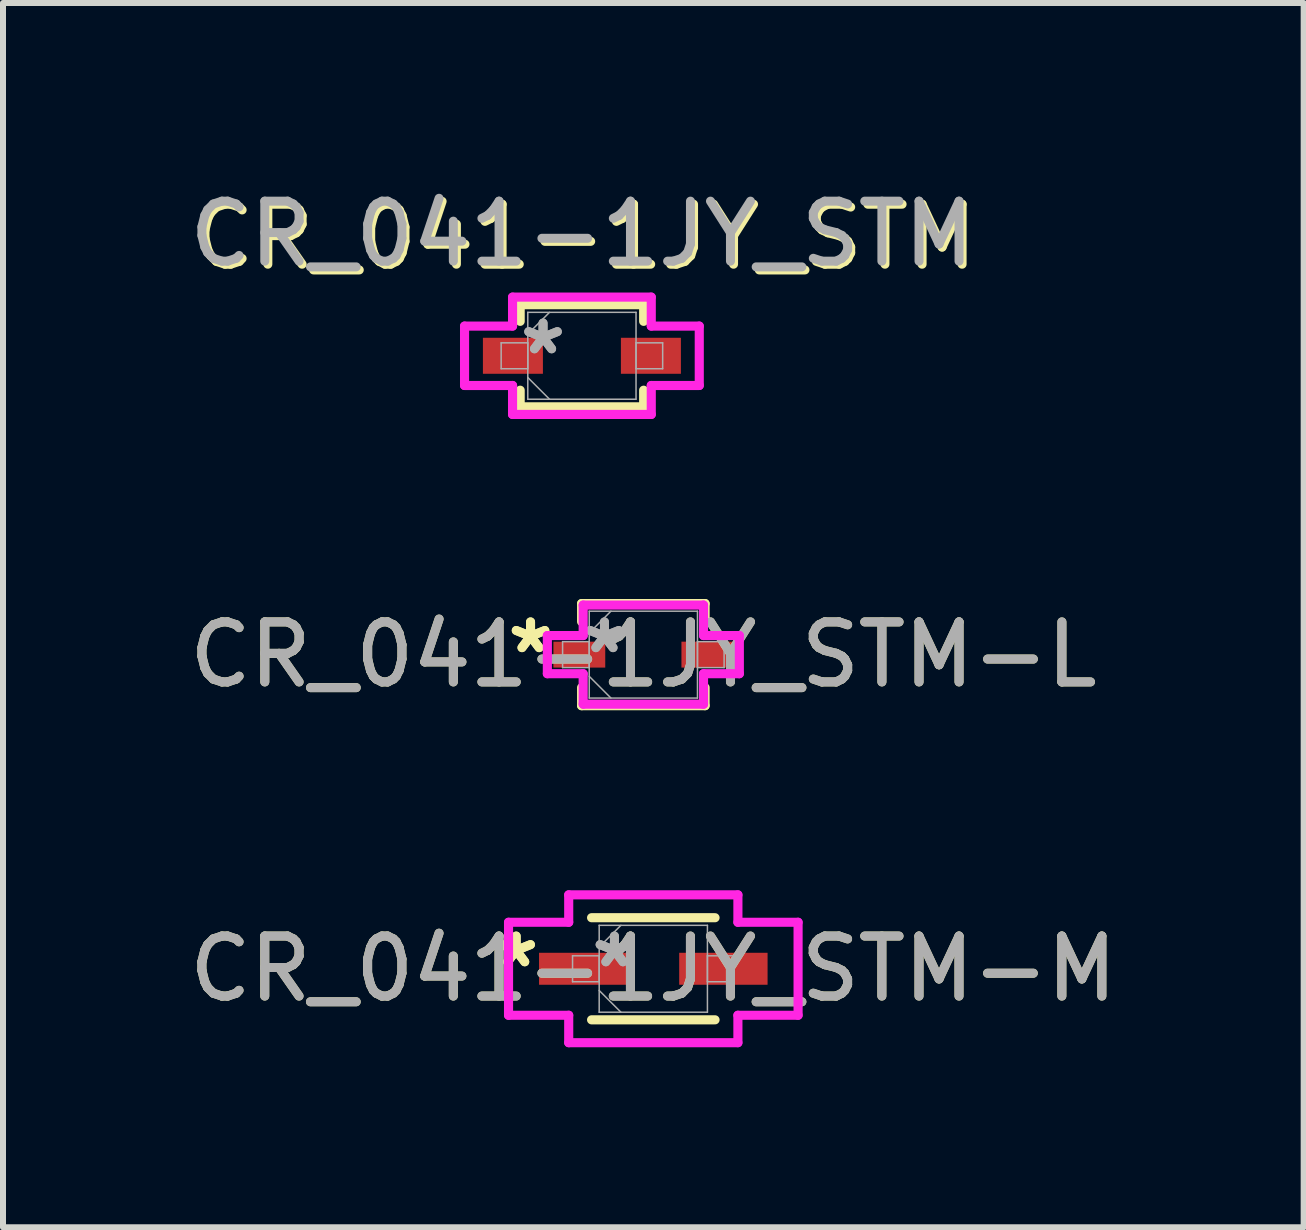
<source format=kicad_pcb>
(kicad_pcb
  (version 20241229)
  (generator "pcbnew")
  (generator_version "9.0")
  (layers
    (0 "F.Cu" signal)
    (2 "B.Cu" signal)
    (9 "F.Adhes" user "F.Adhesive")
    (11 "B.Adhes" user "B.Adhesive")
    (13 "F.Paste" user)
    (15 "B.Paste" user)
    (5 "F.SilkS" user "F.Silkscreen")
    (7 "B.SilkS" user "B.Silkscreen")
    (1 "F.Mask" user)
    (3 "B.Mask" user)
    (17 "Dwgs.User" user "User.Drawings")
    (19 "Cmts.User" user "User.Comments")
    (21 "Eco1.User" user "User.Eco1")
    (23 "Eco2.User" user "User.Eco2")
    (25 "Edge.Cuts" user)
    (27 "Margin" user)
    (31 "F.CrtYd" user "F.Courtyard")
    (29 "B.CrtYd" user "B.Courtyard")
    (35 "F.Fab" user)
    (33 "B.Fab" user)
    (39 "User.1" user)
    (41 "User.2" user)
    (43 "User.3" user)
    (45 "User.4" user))
  (footprint "CR_041-1JY_STM"
    (layer "F.Cu")
    (at 6.649 2.88)
    (property "Reference" "CR_041-1JY_STM" (at 0.051 -1.981 0) (unlocked yes) (layer "F.SilkS") (effects (font (size 1 1) (thickness 0.15))))
    (attr smd)
    (fp_line (start -1.029 -0.851) (end -1.029 -0.574) (stroke (width 0.152) (type solid)) (layer "F.SilkS"))
    (fp_line (start -1.029 0.574) (end -1.029 0.851) (stroke (width 0.152) (type solid)) (layer "F.SilkS"))
    (fp_line (start -1.029 0.851) (end 1.029 0.851) (stroke (width 0.152) (type solid)) (layer "F.SilkS"))
    (fp_line (start 1.029 -0.851) (end -1.029 -0.851) (stroke (width 0.152) (type solid)) (layer "F.SilkS"))
    (fp_line (start 1.029 -0.574) (end 1.029 -0.851) (stroke (width 0.152) (type solid)) (layer "F.SilkS"))
    (fp_line (start 1.029 0.851) (end 1.029 0.574) (stroke (width 0.152) (type solid)) (layer "F.SilkS"))
    (fp_line (start -1.956 -0.495) (end -1.156 -0.495) (stroke (width 0.152) (type solid)) (layer "F.CrtYd"))
    (fp_line (start -1.956 0.495) (end -1.956 -0.495) (stroke (width 0.152) (type solid)) (layer "F.CrtYd"))
    (fp_line (start -1.156 -0.978) (end 1.156 -0.978) (stroke (width 0.152) (type solid)) (layer "F.CrtYd"))
    (fp_line (start -1.156 -0.495) (end -1.156 -0.978) (stroke (width 0.152) (type solid)) (layer "F.CrtYd"))
    (fp_line (start -1.156 0.495) (end -1.956 0.495) (stroke (width 0.152) (type solid)) (layer "F.CrtYd"))
    (fp_line (start -1.156 0.978) (end -1.156 0.495) (stroke (width 0.152) (type solid)) (layer "F.CrtYd"))
    (fp_line (start 1.156 -0.978) (end 1.156 -0.495) (stroke (width 0.152) (type solid)) (layer "F.CrtYd"))
    (fp_line (start 1.156 -0.495) (end 1.956 -0.495) (stroke (width 0.152) (type solid)) (layer "F.CrtYd"))
    (fp_line (start 1.156 0.495) (end 1.156 0.978) (stroke (width 0.152) (type solid)) (layer "F.CrtYd"))
    (fp_line (start 1.156 0.978) (end -1.156 0.978) (stroke (width 0.152) (type solid)) (layer "F.CrtYd"))
    (fp_line (start 1.956 -0.495) (end 1.956 0.495) (stroke (width 0.152) (type solid)) (layer "F.CrtYd"))
    (fp_line (start 1.956 0.495) (end 1.156 0.495) (stroke (width 0.152) (type solid)) (layer "F.CrtYd"))
    (fp_line (start -1.346 -0.216) (end -1.346 0.216) (stroke (width 0.025) (type solid)) (layer "F.Fab"))
    (fp_line (start -1.346 0.216) (end -0.902 0.216) (stroke (width 0.025) (type solid)) (layer "F.Fab"))
    (fp_line (start -0.902 -0.724) (end -0.902 0.724) (stroke (width 0.025) (type solid)) (layer "F.Fab"))
    (fp_line (start -0.902 -0.362) (end -0.54 -0.724) (stroke (width 0.025) (type solid)) (layer "F.Fab"))
    (fp_line (start -0.902 -0.216) (end -1.346 -0.216) (stroke (width 0.025) (type solid)) (layer "F.Fab"))
    (fp_line (start -0.902 0.216) (end -0.902 -0.216) (stroke (width 0.025) (type solid)) (layer "F.Fab"))
    (fp_line (start -0.902 0.362) (end -0.54 0.724) (stroke (width 0.025) (type solid)) (layer "F.Fab"))
    (fp_line (start -0.902 0.724) (end 0.902 0.724) (stroke (width 0.025) (type solid)) (layer "F.Fab"))
    (fp_line (start 0.902 -0.724) (end -0.902 -0.724) (stroke (width 0.025) (type solid)) (layer "F.Fab"))
    (fp_line (start 0.902 -0.216) (end 0.902 0.216) (stroke (width 0.025) (type solid)) (layer "F.Fab"))
    (fp_line (start 0.902 0.216) (end 1.346 0.216) (stroke (width 0.025) (type solid)) (layer "F.Fab"))
    (fp_line (start 0.902 0.724) (end 0.902 -0.724) (stroke (width 0.025) (type solid)) (layer "F.Fab"))
    (fp_line (start 1.346 -0.216) (end 0.902 -0.216) (stroke (width 0.025) (type solid)) (layer "F.Fab"))
    (fp_line (start 1.346 0.216) (end 1.346 -0.216) (stroke (width 0.025) (type solid)) (layer "F.Fab"))
    (fp_text user "${REFERENCE}" (at 0 -2.032 0) (unlocked yes) (layer "F.Fab") (effects (font (size 1 1) (thickness 0.15))))
    (fp_text user "*" (at -0.648 0 0) (layer "F.Fab") (effects (font (size 1 1) (thickness 0.15))))
    (fp_text user "*" (at -0.648 0 0) (unlocked yes) (layer "F.Fab") (effects (font (size 1 1) (thickness 0.15))))
    (pad "1" smd rect (at -1.15 0) (size 1 0.6) (layers "F.Cu" "F.Mask" "F.Paste"))
    (pad "2" smd rect (at 1.15 0) (size 1 0.6) (layers "F.Cu" "F.Mask" "F.Paste")))
  (footprint "CR_041-1JY_STM-L"
    (layer "F.Cu")
    (at 7.673 7.861)
    (property "Reference" "CR_041-1JY_STM-L" (at 0 0 0) (unlocked yes) (layer "F.SilkS") (effects (font (size 1 1) (thickness 0.15))))
    (attr smd)
    (fp_line (start -1.029 -0.851) (end -1.029 -0.549) (stroke (width 0.152) (type solid)) (layer "F.SilkS"))
    (fp_line (start -1.029 0.549) (end -1.029 0.851) (stroke (width 0.152) (type solid)) (layer "F.SilkS"))
    (fp_line (start -1.029 0.851) (end 1.029 0.851) (stroke (width 0.152) (type solid)) (layer "F.SilkS"))
    (fp_line (start 1.029 -0.851) (end -1.029 -0.851) (stroke (width 0.152) (type solid)) (layer "F.SilkS"))
    (fp_line (start 1.029 -0.549) (end 1.029 -0.851) (stroke (width 0.152) (type solid)) (layer "F.SilkS"))
    (fp_line (start 1.029 0.851) (end 1.029 0.549) (stroke (width 0.152) (type solid)) (layer "F.SilkS"))
    (fp_line (start -1.6 -0.318) (end -1.003 -0.318) (stroke (width 0.152) (type solid)) (layer "F.CrtYd"))
    (fp_line (start -1.6 0.318) (end -1.6 -0.318) (stroke (width 0.152) (type solid)) (layer "F.CrtYd"))
    (fp_line (start -1.003 -0.826) (end 1.003 -0.826) (stroke (width 0.152) (type solid)) (layer "F.CrtYd"))
    (fp_line (start -1.003 -0.318) (end -1.003 -0.826) (stroke (width 0.152) (type solid)) (layer "F.CrtYd"))
    (fp_line (start -1.003 0.318) (end -1.6 0.318) (stroke (width 0.152) (type solid)) (layer "F.CrtYd"))
    (fp_line (start -1.003 0.826) (end -1.003 0.318) (stroke (width 0.152) (type solid)) (layer "F.CrtYd"))
    (fp_line (start 1.003 -0.826) (end 1.003 -0.318) (stroke (width 0.152) (type solid)) (layer "F.CrtYd"))
    (fp_line (start 1.003 -0.318) (end 1.6 -0.318) (stroke (width 0.152) (type solid)) (layer "F.CrtYd"))
    (fp_line (start 1.003 0.318) (end 1.003 0.826) (stroke (width 0.152) (type solid)) (layer "F.CrtYd"))
    (fp_line (start 1.003 0.826) (end -1.003 0.826) (stroke (width 0.152) (type solid)) (layer "F.CrtYd"))
    (fp_line (start 1.6 -0.318) (end 1.6 0.318) (stroke (width 0.152) (type solid)) (layer "F.CrtYd"))
    (fp_line (start 1.6 0.318) (end 1.003 0.318) (stroke (width 0.152) (type solid)) (layer "F.CrtYd"))
    (fp_line (start -1.346 -0.216) (end -1.346 0.216) (stroke (width 0.025) (type solid)) (layer "F.Fab"))
    (fp_line (start -1.346 0.216) (end -0.902 0.216) (stroke (width 0.025) (type solid)) (layer "F.Fab"))
    (fp_line (start -0.902 -0.724) (end -0.902 0.724) (stroke (width 0.025) (type solid)) (layer "F.Fab"))
    (fp_line (start -0.902 -0.362) (end -0.54 -0.724) (stroke (width 0.025) (type solid)) (layer "F.Fab"))
    (fp_line (start -0.902 -0.216) (end -1.346 -0.216) (stroke (width 0.025) (type solid)) (layer "F.Fab"))
    (fp_line (start -0.902 0.216) (end -0.902 -0.216) (stroke (width 0.025) (type solid)) (layer "F.Fab"))
    (fp_line (start -0.902 0.362) (end -0.54 0.724) (stroke (width 0.025) (type solid)) (layer "F.Fab"))
    (fp_line (start -0.902 0.724) (end 0.902 0.724) (stroke (width 0.025) (type solid)) (layer "F.Fab"))
    (fp_line (start 0.902 -0.724) (end -0.902 -0.724) (stroke (width 0.025) (type solid)) (layer "F.Fab"))
    (fp_line (start 0.902 -0.216) (end 0.902 0.216) (stroke (width 0.025) (type solid)) (layer "F.Fab"))
    (fp_line (start 0.902 0.216) (end 1.346 0.216) (stroke (width 0.025) (type solid)) (layer "F.Fab"))
    (fp_line (start 0.902 0.724) (end 0.902 -0.724) (stroke (width 0.025) (type solid)) (layer "F.Fab"))
    (fp_line (start 1.346 -0.216) (end 0.902 -0.216) (stroke (width 0.025) (type solid)) (layer "F.Fab"))
    (fp_line (start 1.346 0.216) (end 1.346 -0.216) (stroke (width 0.025) (type solid)) (layer "F.Fab"))
    (fp_text user "*" (at -1.88 0 0) (layer "F.SilkS") (effects (font (size 1 1) (thickness 0.15))))
    (fp_text user "*" (at -1.88 0 0) (unlocked yes) (layer "F.SilkS") (effects (font (size 1 1) (thickness 0.15))))
    (fp_text user "*" (at -0.648 0 0) (unlocked yes) (layer "F.Fab") (effects (font (size 1 1) (thickness 0.15))))
    (fp_text user "${REFERENCE}" (at 0 0 0) (unlocked yes) (layer "F.Fab") (effects (font (size 1 1) (thickness 0.15))))
    (fp_text user "*" (at -0.648 0 0) (layer "F.Fab") (effects (font (size 1 1) (thickness 0.15))))
    (pad "1" smd rect (at -1.067 0) (size 0.864 0.432) (layers "F.Cu" "F.Mask" "F.Paste"))
    (pad "2" smd rect (at 1.067 0) (size 0.864 0.432) (layers "F.Cu" "F.Mask" "F.Paste")))
  (footprint "CR_041-1JY_STM-M"
    (layer "F.Cu")
    (at 7.839 13.097)
    (property "Reference" "CR_041-1JY_STM-M" (at 0 0 0) (unlocked yes) (layer "F.SilkS") (effects (font (size 1 1) (thickness 0.15))))
    (attr smd)
    (fp_line (start -1.029 0.851) (end 1.029 0.851) (stroke (width 0.152) (type solid)) (layer "F.SilkS"))
    (fp_line (start 1.029 -0.851) (end -1.029 -0.851) (stroke (width 0.152) (type solid)) (layer "F.SilkS"))
    (fp_line (start -2.413 -0.775) (end -1.41 -0.775) (stroke (width 0.152) (type solid)) (layer "F.CrtYd"))
    (fp_line (start -2.413 0.775) (end -2.413 -0.775) (stroke (width 0.152) (type solid)) (layer "F.CrtYd"))
    (fp_line (start -1.41 -1.232) (end 1.41 -1.232) (stroke (width 0.152) (type solid)) (layer "F.CrtYd"))
    (fp_line (start -1.41 -0.775) (end -1.41 -1.232) (stroke (width 0.152) (type solid)) (layer "F.CrtYd"))
    (fp_line (start -1.41 0.775) (end -2.413 0.775) (stroke (width 0.152) (type solid)) (layer "F.CrtYd"))
    (fp_line (start -1.41 1.232) (end -1.41 0.775) (stroke (width 0.152) (type solid)) (layer "F.CrtYd"))
    (fp_line (start 1.41 -1.232) (end 1.41 -0.775) (stroke (width 0.152) (type solid)) (layer "F.CrtYd"))
    (fp_line (start 1.41 -0.775) (end 2.413 -0.775) (stroke (width 0.152) (type solid)) (layer "F.CrtYd"))
    (fp_line (start 1.41 0.775) (end 1.41 1.232) (stroke (width 0.152) (type solid)) (layer "F.CrtYd"))
    (fp_line (start 1.41 1.232) (end -1.41 1.232) (stroke (width 0.152) (type solid)) (layer "F.CrtYd"))
    (fp_line (start 2.413 -0.775) (end 2.413 0.775) (stroke (width 0.152) (type solid)) (layer "F.CrtYd"))
    (fp_line (start 2.413 0.775) (end 1.41 0.775) (stroke (width 0.152) (type solid)) (layer "F.CrtYd"))
    (fp_line (start -1.346 -0.216) (end -1.346 0.216) (stroke (width 0.025) (type solid)) (layer "F.Fab"))
    (fp_line (start -1.346 0.216) (end -0.902 0.216) (stroke (width 0.025) (type solid)) (layer "F.Fab"))
    (fp_line (start -0.902 -0.724) (end -0.902 0.724) (stroke (width 0.025) (type solid)) (layer "F.Fab"))
    (fp_line (start -0.902 -0.362) (end -0.54 -0.724) (stroke (width 0.025) (type solid)) (layer "F.Fab"))
    (fp_line (start -0.902 -0.216) (end -1.346 -0.216) (stroke (width 0.025) (type solid)) (layer "F.Fab"))
    (fp_line (start -0.902 0.216) (end -0.902 -0.216) (stroke (width 0.025) (type solid)) (layer "F.Fab"))
    (fp_line (start -0.902 0.362) (end -0.54 0.724) (stroke (width 0.025) (type solid)) (layer "F.Fab"))
    (fp_line (start -0.902 0.724) (end 0.902 0.724) (stroke (width 0.025) (type solid)) (layer "F.Fab"))
    (fp_line (start 0.902 -0.724) (end -0.902 -0.724) (stroke (width 0.025) (type solid)) (layer "F.Fab"))
    (fp_line (start 0.902 -0.216) (end 0.902 0.216) (stroke (width 0.025) (type solid)) (layer "F.Fab"))
    (fp_line (start 0.902 0.216) (end 1.346 0.216) (stroke (width 0.025) (type solid)) (layer "F.Fab"))
    (fp_line (start 0.902 0.724) (end 0.902 -0.724) (stroke (width 0.025) (type solid)) (layer "F.Fab"))
    (fp_line (start 1.346 -0.216) (end 0.902 -0.216) (stroke (width 0.025) (type solid)) (layer "F.Fab"))
    (fp_line (start 1.346 0.216) (end 1.346 -0.216) (stroke (width 0.025) (type solid)) (layer "F.Fab"))
    (fp_text user "*" (at -2.286 0 0) (unlocked yes) (layer "F.SilkS") (effects (font (size 1 1) (thickness 0.15))))
    (fp_text user "*" (at -2.286 0 0) (layer "F.SilkS") (effects (font (size 1 1) (thickness 0.15))))
    (fp_text user "*" (at -0.648 0 0) (layer "F.Fab") (effects (font (size 1 1) (thickness 0.15))))
    (fp_text user "${REFERENCE}" (at 0 0 0) (unlocked yes) (layer "F.Fab") (effects (font (size 1 1) (thickness 0.15))))
    (fp_text user "*" (at -0.648 0 0) (unlocked yes) (layer "F.Fab") (effects (font (size 1 1) (thickness 0.15))))
    (pad "1" smd rect (at -1.168 0) (size 1.473 0.533) (layers "F.Cu" "F.Mask" "F.Paste"))
    (pad "2" smd rect (at 1.168 0) (size 1.473 0.533) (layers "F.Cu" "F.Mask" "F.Paste")))
  (gr_rect
    (start -3 -3)
    (end 18.679 17.405)
    (stroke (width 0.1) (type default))
    (fill no)
    (layer "Edge.Cuts")))
</source>
